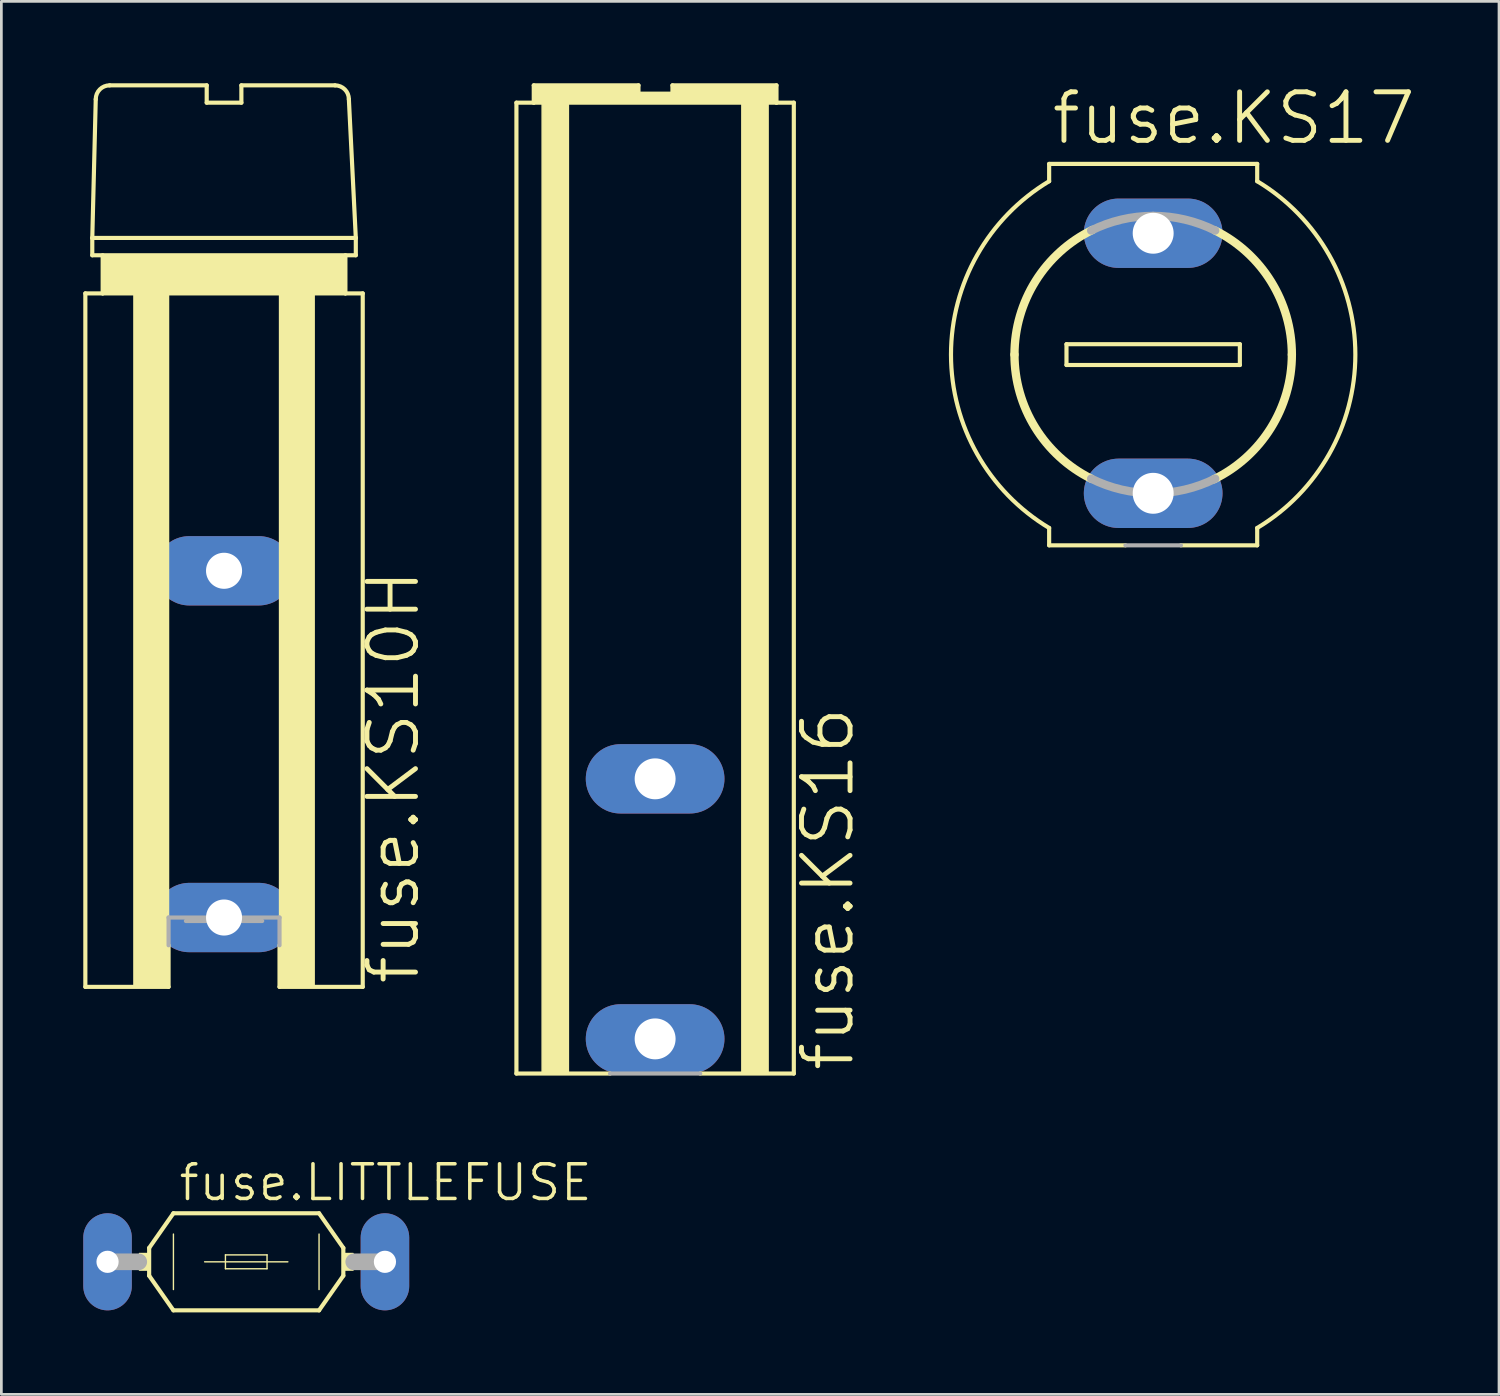
<source format=kicad_pcb>
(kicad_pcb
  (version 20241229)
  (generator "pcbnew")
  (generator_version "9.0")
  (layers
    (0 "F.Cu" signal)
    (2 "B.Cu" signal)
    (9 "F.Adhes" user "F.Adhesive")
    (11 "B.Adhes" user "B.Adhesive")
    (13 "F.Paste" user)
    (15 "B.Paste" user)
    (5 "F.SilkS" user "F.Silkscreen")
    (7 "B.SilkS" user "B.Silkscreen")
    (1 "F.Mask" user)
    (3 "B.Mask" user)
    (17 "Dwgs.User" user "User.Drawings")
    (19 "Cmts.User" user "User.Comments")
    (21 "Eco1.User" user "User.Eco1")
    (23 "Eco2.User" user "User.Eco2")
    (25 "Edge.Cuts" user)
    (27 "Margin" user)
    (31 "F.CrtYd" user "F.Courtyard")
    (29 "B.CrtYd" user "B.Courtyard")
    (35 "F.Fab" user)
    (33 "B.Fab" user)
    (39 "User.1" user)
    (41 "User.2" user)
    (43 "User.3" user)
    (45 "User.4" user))
  (footprint "fuse.KS17"
    (layer "F.Cu")
    (at 39.187 9.938)
    (property "Reference" "fuse.KS17" (at -3.81 -7.62 0) (layer "F.SilkS") (effects (font (size 1.778 1.778) (thickness 0.18)) (justify left bottom)))
    (attr through_hole)
    (fp_line (start -3.81 -6.985) (end -3.81 -6.35) (stroke (width 0.152) (type default)) (layer "F.SilkS"))
    (fp_line (start -3.81 -6.985) (end 3.81 -6.985) (stroke (width 0.152) (type default)) (layer "F.SilkS"))
    (fp_line (start -3.81 6.35) (end -3.81 6.985) (stroke (width 0.152) (type default)) (layer "F.SilkS"))
    (fp_line (start -3.175 -0.381) (end -3.175 0.381) (stroke (width 0.152) (type default)) (layer "F.SilkS"))
    (fp_line (start -3.175 0.381) (end 3.175 0.381) (stroke (width 0.152) (type default)) (layer "F.SilkS"))
    (fp_line (start -1.016 6.985) (end -3.81 6.985) (stroke (width 0.152) (type default)) (layer "F.SilkS"))
    (fp_line (start 3.175 -0.381) (end -3.175 -0.381) (stroke (width 0.152) (type default)) (layer "F.SilkS"))
    (fp_line (start 3.175 0.381) (end 3.175 -0.381) (stroke (width 0.152) (type default)) (layer "F.SilkS"))
    (fp_line (start 3.81 -6.985) (end 3.81 -6.35) (stroke (width 0.152) (type default)) (layer "F.SilkS"))
    (fp_line (start 3.81 6.35) (end 3.81 6.985) (stroke (width 0.152) (type default)) (layer "F.SilkS"))
    (fp_line (start 3.81 6.985) (end 1.016 6.985) (stroke (width 0.152) (type default)) (layer "F.SilkS"))
    (fp_arc (start -5.08 0) (mid -4.306713 -2.694156) (end -2.2223 -4.5681) (stroke (width 0.3048) (type default)) (layer "F.SilkS"))
    (fp_arc (start -3.81 6.35) (mid -7.405309 0) (end -3.81 -6.35) (stroke (width 0.1524) (type default)) (layer "F.SilkS"))
    (fp_arc (start -2.2718 4.5437) (mid -4.32129 2.670728) (end -5.08 0) (stroke (width 0.3048) (type default)) (layer "F.SilkS"))
    (fp_arc (start 2.2718 -4.5437) (mid 4.32129 -2.670728) (end 5.08 0) (stroke (width 0.3048) (type default)) (layer "F.SilkS"))
    (fp_arc (start 3.81 -6.35) (mid 7.405309 0) (end 3.81 6.35) (stroke (width 0.1524) (type default)) (layer "F.SilkS"))
    (fp_arc (start 5.08 0) (mid 4.306713 2.694156) (end 2.2223 4.5681) (stroke (width 0.3048) (type default)) (layer "F.SilkS"))
    (fp_line (start 1.016 6.985) (end -1.016 6.985) (stroke (width 0.152) (type default)) (layer "F.Fab"))
    (fp_arc (start -2.2718 -4.5437) (mid -1.167121 -4.944104) (end 0 -5.08) (stroke (width 0.3048) (type default)) (layer "F.Fab"))
    (fp_arc (start 0 -5.08) (mid 1.167121 -4.944104) (end 2.2718 -4.5437) (stroke (width 0.3048) (type default)) (layer "F.Fab"))
    (fp_arc (start 0 5.08) (mid -1.167121 4.944104) (end -2.2718 4.5437) (stroke (width 0.3048) (type default)) (layer "F.Fab"))
    (fp_arc (start 2.2718 4.5437) (mid 1.167121 4.944104) (end 0 5.08) (stroke (width 0.3048) (type default)) (layer "F.Fab"))
    (pad "1" thru_hole oval (at 0 5.08) (size 5.08 2.54) (drill 1.499) (layers "*.Cu" "*.Mask"))
    (pad "2" thru_hole oval (at 0 -4.445) (size 5.08 2.54) (drill 1.499) (layers "*.Cu" "*.Mask")))
  (footprint "fuse.LITTLEFUSE"
    (layer "F.Cu")
    (at 5.969 43.166)
    (property "Reference" "fuse.LITTLEFUSE" (at -2.54 -2.159 0) (layer "F.SilkS") (effects (font (size 1.27 1.27) (thickness 0.13)) (justify left bottom)))
    (attr through_hole)
    (fp_line (start -3.556 -0.508) (end -3.556 0.508) (stroke (width 0.152) (type default)) (layer "F.SilkS"))
    (fp_line (start -3.556 0.508) (end -2.667 1.778) (stroke (width 0.152) (type default)) (layer "F.SilkS"))
    (fp_line (start -2.667 -1.778) (end -3.556 -0.508) (stroke (width 0.152) (type default)) (layer "F.SilkS"))
    (fp_line (start -2.667 -1.016) (end -2.667 1.016) (stroke (width 0.051) (type default)) (layer "F.SilkS"))
    (fp_line (start -1.524 0) (end 1.524 0) (stroke (width 0.051) (type default)) (layer "F.SilkS"))
    (fp_line (start -0.762 -0.254) (end -0.762 0.254) (stroke (width 0.051) (type default)) (layer "F.SilkS"))
    (fp_line (start -0.762 -0.254) (end 0.762 -0.254) (stroke (width 0.051) (type default)) (layer "F.SilkS"))
    (fp_line (start -0.762 0.254) (end 0.762 0.254) (stroke (width 0.051) (type default)) (layer "F.SilkS"))
    (fp_line (start 0.762 -0.254) (end 0.762 0.254) (stroke (width 0.051) (type default)) (layer "F.SilkS"))
    (fp_line (start 2.667 -1.778) (end -2.667 -1.778) (stroke (width 0.152) (type default)) (layer "F.SilkS"))
    (fp_line (start 2.667 -1.778) (end 3.556 -0.508) (stroke (width 0.152) (type default)) (layer "F.SilkS"))
    (fp_line (start 2.667 -1.016) (end 2.667 1.016) (stroke (width 0.051) (type default)) (layer "F.SilkS"))
    (fp_line (start 2.667 1.778) (end -2.667 1.778) (stroke (width 0.152) (type default)) (layer "F.SilkS"))
    (fp_line (start 2.667 1.778) (end 3.556 0.508) (stroke (width 0.152) (type default)) (layer "F.SilkS"))
    (fp_line (start 3.556 -0.508) (end 3.556 0.508) (stroke (width 0.152) (type default)) (layer "F.SilkS"))
    (fp_rect (start -3.912 0.305) (end -3.556 -0.305) (stroke (width 0.05) (type default)) (fill yes) (layer "F.SilkS"))
    (fp_rect (start 3.556 0.305) (end 3.912 -0.305) (stroke (width 0.05) (type default)) (fill yes) (layer "F.SilkS"))
    (fp_line (start -5.08 0) (end -3.937 0) (stroke (width 0.61) (type default)) (layer "F.Fab"))
    (fp_line (start 5.08 0) (end 3.937 0) (stroke (width 0.61) (type default)) (layer "F.Fab"))
    (pad "1" thru_hole oval (at -5.08 0 90) (size 3.556 1.778) (drill 0.813) (layers "*.Cu" "*.Mask"))
    (pad "2" thru_hole oval (at 5.08 0 90) (size 3.556 1.778) (drill 0.813) (layers "*.Cu" "*.Mask")))
  (footprint "fuse.KS16"
    (layer "F.Cu")
    (at 20.945 17.221)
    (property "Reference" "fuse.KS16" (at 7.366 19.05 90) (layer "F.SilkS") (effects (font (size 1.778 1.778) (thickness 0.18)) (justify left bottom)))
    (attr through_hole)
    (fp_line (start -5.08 -16.51) (end -4.445 -16.51) (stroke (width 0.152) (type default)) (layer "F.SilkS"))
    (fp_line (start -5.08 19.05) (end -5.08 -16.51) (stroke (width 0.152) (type default)) (layer "F.SilkS"))
    (fp_line (start -4.445 -17.145) (end -0.61 -17.145) (stroke (width 0.152) (type default)) (layer "F.SilkS"))
    (fp_line (start -4.445 -16.51) (end -4.445 -17.145) (stroke (width 0.152) (type default)) (layer "F.SilkS"))
    (fp_line (start -4.445 -16.51) (end 4.445 -16.51) (stroke (width 0.152) (type default)) (layer "F.SilkS"))
    (fp_line (start -1.651 19.05) (end -5.08 19.05) (stroke (width 0.152) (type default)) (layer "F.SilkS"))
    (fp_line (start -0.61 -17.145) (end -0.61 -16.84) (stroke (width 0.152) (type default)) (layer "F.SilkS"))
    (fp_line (start -0.61 -16.84) (end 0.635 -16.84) (stroke (width 0.152) (type default)) (layer "F.SilkS"))
    (fp_line (start 0.635 -16.84) (end 0.635 -17.145) (stroke (width 0.152) (type default)) (layer "F.SilkS"))
    (fp_line (start 4.445 -17.145) (end 0.635 -17.145) (stroke (width 0.152) (type default)) (layer "F.SilkS"))
    (fp_line (start 4.445 -16.51) (end 4.445 -17.145) (stroke (width 0.152) (type default)) (layer "F.SilkS"))
    (fp_line (start 4.445 -16.51) (end 5.08 -16.51) (stroke (width 0.152) (type default)) (layer "F.SilkS"))
    (fp_line (start 5.08 -16.51) (end 5.08 19.05) (stroke (width 0.152) (type default)) (layer "F.SilkS"))
    (fp_line (start 5.08 19.05) (end 1.651 19.05) (stroke (width 0.152) (type default)) (layer "F.SilkS"))
    (fp_rect (start -4.445 -16.51) (end -0.635 -17.145) (stroke (width 0.05) (type default)) (fill yes) (layer "F.SilkS"))
    (fp_rect (start -4.14 19.05) (end -3.175 -16.51) (stroke (width 0.05) (type default)) (fill yes) (layer "F.SilkS"))
    (fp_rect (start -0.635 -16.51) (end 0.635 -16.84) (stroke (width 0.05) (type default)) (fill yes) (layer "F.SilkS"))
    (fp_rect (start 0.635 -16.51) (end 4.445 -17.145) (stroke (width 0.05) (type default)) (fill yes) (layer "F.SilkS"))
    (fp_rect (start 3.175 19.05) (end 4.14 -16.51) (stroke (width 0.05) (type default)) (fill yes) (layer "F.SilkS"))
    (fp_line (start 1.651 19.05) (end -1.651 19.05) (stroke (width 0.152) (type default)) (layer "F.Fab"))
    (pad "1" thru_hole oval (at 0 17.78) (size 5.08 2.54) (drill 1.499) (layers "*.Cu" "*.Mask"))
    (pad "2" thru_hole oval (at 0 8.255) (size 5.08 2.54) (drill 1.499) (layers "*.Cu" "*.Mask")))
  (footprint "fuse.KS10H"
    (layer "F.Cu")
    (at 5.156 25.476)
    (property "Reference" "fuse.KS10H" (at 7.239 7.62 90) (layer "F.SilkS") (effects (font (size 1.778 1.778) (thickness 0.18)) (justify left bottom)))
    (attr through_hole)
    (fp_line (start -5.08 -17.78) (end -4.445 -17.78) (stroke (width 0.152) (type default)) (layer "F.SilkS"))
    (fp_line (start -5.08 7.62) (end -5.08 -17.78) (stroke (width 0.152) (type default)) (layer "F.SilkS"))
    (fp_line (start -4.826 -19.812) (end -4.826 -19.177) (stroke (width 0.152) (type default)) (layer "F.SilkS"))
    (fp_line (start -4.826 -19.812) (end -4.699 -24.892) (stroke (width 0.152) (type default)) (layer "F.SilkS"))
    (fp_line (start -4.826 -19.177) (end 4.826 -19.177) (stroke (width 0.152) (type default)) (layer "F.SilkS"))
    (fp_line (start -4.445 -17.78) (end -4.445 -19.177) (stroke (width 0.152) (type default)) (layer "F.SilkS"))
    (fp_line (start -4.445 -17.78) (end 4.445 -17.78) (stroke (width 0.152) (type default)) (layer "F.SilkS"))
    (fp_line (start -4.191 -25.4) (end -0.635 -25.4) (stroke (width 0.152) (type default)) (layer "F.SilkS"))
    (fp_line (start -2.032 7.62) (end -5.08 7.62) (stroke (width 0.152) (type default)) (layer "F.SilkS"))
    (fp_line (start -2.032 7.62) (end -2.032 6.096) (stroke (width 0.152) (type default)) (layer "F.SilkS"))
    (fp_line (start -0.635 -25.4) (end -0.635 -24.765) (stroke (width 0.152) (type default)) (layer "F.SilkS"))
    (fp_line (start -0.635 -24.765) (end 0.635 -24.765) (stroke (width 0.152) (type default)) (layer "F.SilkS"))
    (fp_line (start 0.635 -25.4) (end 4.064 -25.4) (stroke (width 0.152) (type default)) (layer "F.SilkS"))
    (fp_line (start 0.635 -24.765) (end 0.635 -25.4) (stroke (width 0.152) (type default)) (layer "F.SilkS"))
    (fp_line (start 2.032 7.62) (end 2.032 6.096) (stroke (width 0.152) (type default)) (layer "F.SilkS"))
    (fp_line (start 4.445 -17.78) (end 4.445 -19.177) (stroke (width 0.152) (type default)) (layer "F.SilkS"))
    (fp_line (start 4.445 -17.78) (end 5.08 -17.78) (stroke (width 0.152) (type default)) (layer "F.SilkS"))
    (fp_line (start 4.572 -24.892) (end 4.826 -19.812) (stroke (width 0.152) (type default)) (layer "F.SilkS"))
    (fp_line (start 4.826 -19.812) (end -4.826 -19.812) (stroke (width 0.152) (type default)) (layer "F.SilkS"))
    (fp_line (start 4.826 -19.177) (end 4.826 -19.812) (stroke (width 0.152) (type default)) (layer "F.SilkS"))
    (fp_line (start 5.08 -17.78) (end 5.08 7.62) (stroke (width 0.152) (type default)) (layer "F.SilkS"))
    (fp_line (start 5.08 7.62) (end 2.032 7.62) (stroke (width 0.152) (type default)) (layer "F.SilkS"))
    (fp_rect (start -4.445 -17.78) (end 4.445 -19.177) (stroke (width 0.05) (type default)) (fill yes) (layer "F.SilkS"))
    (fp_rect (start -3.302 7.62) (end -2.032 -17.78) (stroke (width 0.05) (type default)) (fill yes) (layer "F.SilkS"))
    (fp_rect (start 2.032 7.62) (end 3.302 -17.78) (stroke (width 0.05) (type default)) (fill yes) (layer "F.SilkS"))
    (fp_arc (start -4.699 -24.892) (mid -4.55021 -25.25121) (end -4.191 -25.4) (stroke (width 0.1524) (type default)) (layer "F.SilkS"))
    (fp_arc (start 4.064 -25.4) (mid 4.42321 -25.25121) (end 4.572 -24.892) (stroke (width 0.1524) (type default)) (layer "F.SilkS"))
    (fp_line (start -2.032 5.08) (end 2.032 5.08) (stroke (width 0.152) (type default)) (layer "F.Fab"))
    (fp_line (start -2.032 6.096) (end -2.032 5.08) (stroke (width 0.152) (type default)) (layer "F.Fab"))
    (fp_line (start -1.397 5.207) (end 1.397 5.207) (stroke (width 0.152) (type default)) (layer "F.Fab"))
    (fp_line (start 2.032 5.08) (end 2.032 6.096) (stroke (width 0.152) (type default)) (layer "F.Fab"))
    (pad "1" thru_hole oval (at 0 5.08) (size 5.08 2.54) (drill 1.321) (layers "*.Cu" "*.Mask"))
    (pad "2" thru_hole oval (at 0 -7.62) (size 5.08 2.54) (drill 1.321) (layers "*.Cu" "*.Mask")))
  (gr_rect
    (start -3 -3)
    (end 51.854 48.021)
    (stroke (width 0.1) (type default))
    (fill no)
    (layer "Edge.Cuts")))
</source>
